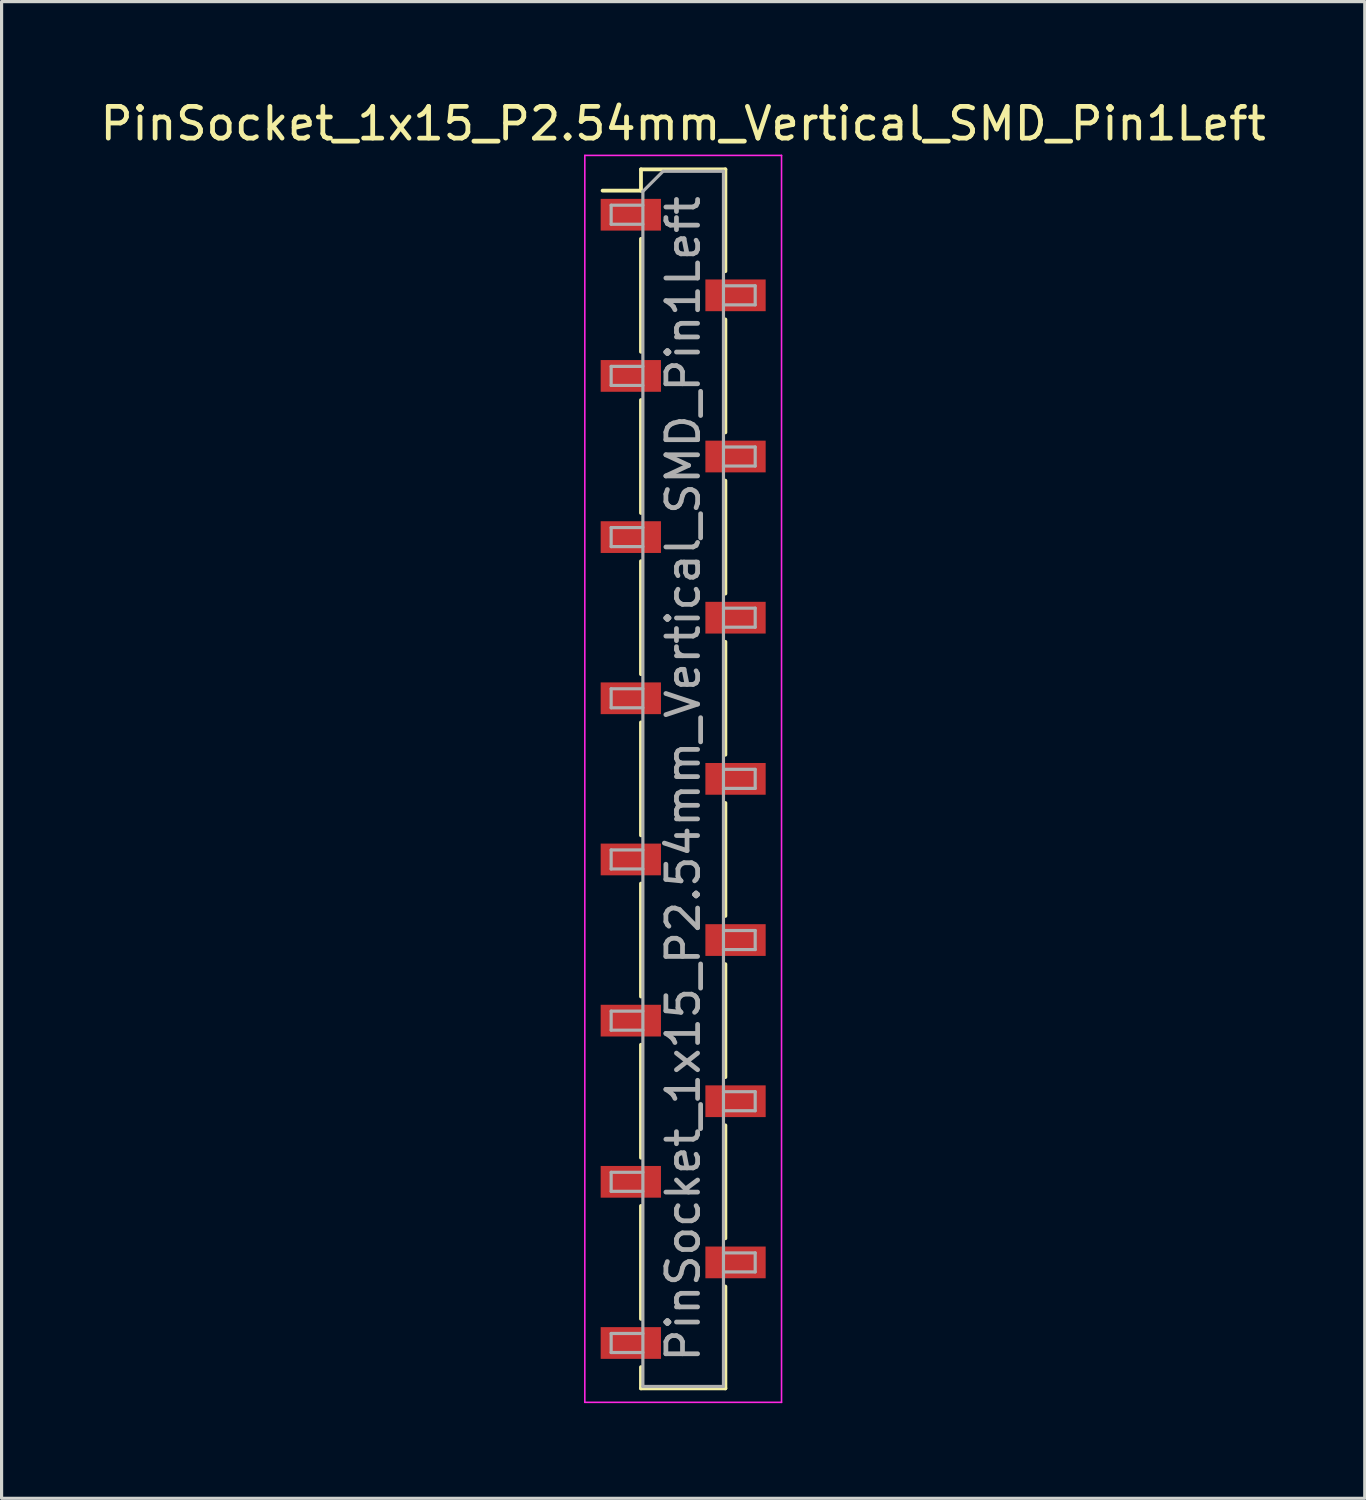
<source format=kicad_pcb>
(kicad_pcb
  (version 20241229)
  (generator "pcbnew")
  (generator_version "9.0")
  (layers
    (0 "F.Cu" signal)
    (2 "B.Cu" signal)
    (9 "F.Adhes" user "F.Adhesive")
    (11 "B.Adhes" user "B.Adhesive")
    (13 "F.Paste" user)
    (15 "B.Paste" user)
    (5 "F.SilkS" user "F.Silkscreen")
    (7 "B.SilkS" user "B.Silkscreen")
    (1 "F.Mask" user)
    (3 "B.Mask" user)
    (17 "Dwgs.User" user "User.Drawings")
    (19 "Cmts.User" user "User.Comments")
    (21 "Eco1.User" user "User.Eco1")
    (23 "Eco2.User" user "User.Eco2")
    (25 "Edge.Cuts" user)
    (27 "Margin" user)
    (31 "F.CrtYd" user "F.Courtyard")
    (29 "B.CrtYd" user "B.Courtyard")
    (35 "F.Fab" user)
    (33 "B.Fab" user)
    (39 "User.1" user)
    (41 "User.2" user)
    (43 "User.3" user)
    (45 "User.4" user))
  (footprint "PinSocket_1x15_P2.54mm_Vertical_SMD_Pin1Left"
    (layer "F.Cu")
    (at 18.482 21.498)
    (property "Reference" "PinSocket_1x15_P2.54mm_Vertical_SMD_Pin1Left" (at 0 -20.65 0) (layer "F.SilkS") (effects (font (size 1 1) (thickness 0.15))))
    (attr smd)
    (fp_line (start -2.54 -18.54) (end -1.33 -18.54) (stroke (width 0.12) (type solid)) (layer "F.SilkS"))
    (fp_line (start -1.33 -19.21) (end -1.33 -18.54) (stroke (width 0.12) (type solid)) (layer "F.SilkS"))
    (fp_line (start -1.33 -19.21) (end 1.33 -19.21) (stroke (width 0.12) (type solid)) (layer "F.SilkS"))
    (fp_line (start -1.33 -17.02) (end -1.33 -13.46) (stroke (width 0.12) (type solid)) (layer "F.SilkS"))
    (fp_line (start -1.33 -11.94) (end -1.33 -8.38) (stroke (width 0.12) (type solid)) (layer "F.SilkS"))
    (fp_line (start -1.33 -6.86) (end -1.33 -3.3) (stroke (width 0.12) (type solid)) (layer "F.SilkS"))
    (fp_line (start -1.33 -1.78) (end -1.33 1.78) (stroke (width 0.12) (type solid)) (layer "F.SilkS"))
    (fp_line (start -1.33 3.3) (end -1.33 6.86) (stroke (width 0.12) (type solid)) (layer "F.SilkS"))
    (fp_line (start -1.33 8.38) (end -1.33 11.94) (stroke (width 0.12) (type solid)) (layer "F.SilkS"))
    (fp_line (start -1.33 13.46) (end -1.33 17.02) (stroke (width 0.12) (type solid)) (layer "F.SilkS"))
    (fp_line (start -1.33 18.54) (end -1.33 19.21) (stroke (width 0.12) (type solid)) (layer "F.SilkS"))
    (fp_line (start -1.33 19.21) (end 1.33 19.21) (stroke (width 0.12) (type solid)) (layer "F.SilkS"))
    (fp_line (start 1.33 -19.21) (end 1.33 -16) (stroke (width 0.12) (type solid)) (layer "F.SilkS"))
    (fp_line (start 1.33 -14.48) (end 1.33 -10.92) (stroke (width 0.12) (type solid)) (layer "F.SilkS"))
    (fp_line (start 1.33 -9.4) (end 1.33 -5.84) (stroke (width 0.12) (type solid)) (layer "F.SilkS"))
    (fp_line (start 1.33 -4.32) (end 1.33 -0.76) (stroke (width 0.12) (type solid)) (layer "F.SilkS"))
    (fp_line (start 1.33 0.76) (end 1.33 4.32) (stroke (width 0.12) (type solid)) (layer "F.SilkS"))
    (fp_line (start 1.33 5.84) (end 1.33 9.4) (stroke (width 0.12) (type solid)) (layer "F.SilkS"))
    (fp_line (start 1.33 10.92) (end 1.33 14.48) (stroke (width 0.12) (type solid)) (layer "F.SilkS"))
    (fp_line (start 1.33 16) (end 1.33 19.21) (stroke (width 0.12) (type solid)) (layer "F.SilkS"))
    (fp_line (start -3.1 -19.65) (end 3.1 -19.65) (stroke (width 0.05) (type solid)) (layer "F.CrtYd"))
    (fp_line (start -3.1 19.65) (end -3.1 -19.65) (stroke (width 0.05) (type solid)) (layer "F.CrtYd"))
    (fp_line (start 3.1 -19.65) (end 3.1 19.65) (stroke (width 0.05) (type solid)) (layer "F.CrtYd"))
    (fp_line (start 3.1 19.65) (end -3.1 19.65) (stroke (width 0.05) (type solid)) (layer "F.CrtYd"))
    (fp_line (start -2.27 -18.08) (end -1.27 -18.08) (stroke (width 0.1) (type solid)) (layer "F.Fab"))
    (fp_line (start -2.27 -17.48) (end -2.27 -18.08) (stroke (width 0.1) (type solid)) (layer "F.Fab"))
    (fp_line (start -2.27 -13) (end -1.27 -13) (stroke (width 0.1) (type solid)) (layer "F.Fab"))
    (fp_line (start -2.27 -12.4) (end -2.27 -13) (stroke (width 0.1) (type solid)) (layer "F.Fab"))
    (fp_line (start -2.27 -7.92) (end -1.27 -7.92) (stroke (width 0.1) (type solid)) (layer "F.Fab"))
    (fp_line (start -2.27 -7.32) (end -2.27 -7.92) (stroke (width 0.1) (type solid)) (layer "F.Fab"))
    (fp_line (start -2.27 -2.84) (end -1.27 -2.84) (stroke (width 0.1) (type solid)) (layer "F.Fab"))
    (fp_line (start -2.27 -2.24) (end -2.27 -2.84) (stroke (width 0.1) (type solid)) (layer "F.Fab"))
    (fp_line (start -2.27 2.24) (end -1.27 2.24) (stroke (width 0.1) (type solid)) (layer "F.Fab"))
    (fp_line (start -2.27 2.84) (end -2.27 2.24) (stroke (width 0.1) (type solid)) (layer "F.Fab"))
    (fp_line (start -2.27 7.32) (end -1.27 7.32) (stroke (width 0.1) (type solid)) (layer "F.Fab"))
    (fp_line (start -2.27 7.92) (end -2.27 7.32) (stroke (width 0.1) (type solid)) (layer "F.Fab"))
    (fp_line (start -2.27 12.4) (end -1.27 12.4) (stroke (width 0.1) (type solid)) (layer "F.Fab"))
    (fp_line (start -2.27 13) (end -2.27 12.4) (stroke (width 0.1) (type solid)) (layer "F.Fab"))
    (fp_line (start -2.27 17.48) (end -1.27 17.48) (stroke (width 0.1) (type solid)) (layer "F.Fab"))
    (fp_line (start -2.27 18.08) (end -2.27 17.48) (stroke (width 0.1) (type solid)) (layer "F.Fab"))
    (fp_line (start -1.27 -18.515) (end -0.635 -19.15) (stroke (width 0.1) (type solid)) (layer "F.Fab"))
    (fp_line (start -1.27 -17.48) (end -2.27 -17.48) (stroke (width 0.1) (type solid)) (layer "F.Fab"))
    (fp_line (start -1.27 -12.4) (end -2.27 -12.4) (stroke (width 0.1) (type solid)) (layer "F.Fab"))
    (fp_line (start -1.27 -7.32) (end -2.27 -7.32) (stroke (width 0.1) (type solid)) (layer "F.Fab"))
    (fp_line (start -1.27 -2.24) (end -2.27 -2.24) (stroke (width 0.1) (type solid)) (layer "F.Fab"))
    (fp_line (start -1.27 2.84) (end -2.27 2.84) (stroke (width 0.1) (type solid)) (layer "F.Fab"))
    (fp_line (start -1.27 7.92) (end -2.27 7.92) (stroke (width 0.1) (type solid)) (layer "F.Fab"))
    (fp_line (start -1.27 13) (end -2.27 13) (stroke (width 0.1) (type solid)) (layer "F.Fab"))
    (fp_line (start -1.27 18.08) (end -2.27 18.08) (stroke (width 0.1) (type solid)) (layer "F.Fab"))
    (fp_line (start -1.27 19.15) (end -1.27 -18.515) (stroke (width 0.1) (type solid)) (layer "F.Fab"))
    (fp_line (start -0.635 -19.15) (end 1.27 -19.15) (stroke (width 0.1) (type solid)) (layer "F.Fab"))
    (fp_line (start 1.27 -19.15) (end 1.27 19.15) (stroke (width 0.1) (type solid)) (layer "F.Fab"))
    (fp_line (start 1.27 -15.54) (end 2.27 -15.54) (stroke (width 0.1) (type solid)) (layer "F.Fab"))
    (fp_line (start 1.27 -10.46) (end 2.27 -10.46) (stroke (width 0.1) (type solid)) (layer "F.Fab"))
    (fp_line (start 1.27 -5.38) (end 2.27 -5.38) (stroke (width 0.1) (type solid)) (layer "F.Fab"))
    (fp_line (start 1.27 -0.3) (end 2.27 -0.3) (stroke (width 0.1) (type solid)) (layer "F.Fab"))
    (fp_line (start 1.27 4.78) (end 2.27 4.78) (stroke (width 0.1) (type solid)) (layer "F.Fab"))
    (fp_line (start 1.27 9.86) (end 2.27 9.86) (stroke (width 0.1) (type solid)) (layer "F.Fab"))
    (fp_line (start 1.27 14.94) (end 2.27 14.94) (stroke (width 0.1) (type solid)) (layer "F.Fab"))
    (fp_line (start 1.27 19.15) (end -1.27 19.15) (stroke (width 0.1) (type solid)) (layer "F.Fab"))
    (fp_line (start 2.27 -15.54) (end 2.27 -14.94) (stroke (width 0.1) (type solid)) (layer "F.Fab"))
    (fp_line (start 2.27 -14.94) (end 1.27 -14.94) (stroke (width 0.1) (type solid)) (layer "F.Fab"))
    (fp_line (start 2.27 -10.46) (end 2.27 -9.86) (stroke (width 0.1) (type solid)) (layer "F.Fab"))
    (fp_line (start 2.27 -9.86) (end 1.27 -9.86) (stroke (width 0.1) (type solid)) (layer "F.Fab"))
    (fp_line (start 2.27 -5.38) (end 2.27 -4.78) (stroke (width 0.1) (type solid)) (layer "F.Fab"))
    (fp_line (start 2.27 -4.78) (end 1.27 -4.78) (stroke (width 0.1) (type solid)) (layer "F.Fab"))
    (fp_line (start 2.27 -0.3) (end 2.27 0.3) (stroke (width 0.1) (type solid)) (layer "F.Fab"))
    (fp_line (start 2.27 0.3) (end 1.27 0.3) (stroke (width 0.1) (type solid)) (layer "F.Fab"))
    (fp_line (start 2.27 4.78) (end 2.27 5.38) (stroke (width 0.1) (type solid)) (layer "F.Fab"))
    (fp_line (start 2.27 5.38) (end 1.27 5.38) (stroke (width 0.1) (type solid)) (layer "F.Fab"))
    (fp_line (start 2.27 9.86) (end 2.27 10.46) (stroke (width 0.1) (type solid)) (layer "F.Fab"))
    (fp_line (start 2.27 10.46) (end 1.27 10.46) (stroke (width 0.1) (type solid)) (layer "F.Fab"))
    (fp_line (start 2.27 14.94) (end 2.27 15.54) (stroke (width 0.1) (type solid)) (layer "F.Fab"))
    (fp_line (start 2.27 15.54) (end 1.27 15.54) (stroke (width 0.1) (type solid)) (layer "F.Fab"))
    (fp_text user "${REFERENCE}" (at 0 0 90) (layer "F.Fab") (effects (font (size 1 1) (thickness 0.15))))
    (pad "1" smd rect (at -1.65 -17.78) (size 1.9 1) (layers "F.Cu" "F.Mask" "F.Paste"))
    (pad "2" smd rect (at 1.65 -15.24) (size 1.9 1) (layers "F.Cu" "F.Mask" "F.Paste"))
    (pad "3" smd rect (at -1.65 -12.7) (size 1.9 1) (layers "F.Cu" "F.Mask" "F.Paste"))
    (pad "4" smd rect (at 1.65 -10.16) (size 1.9 1) (layers "F.Cu" "F.Mask" "F.Paste"))
    (pad "5" smd rect (at -1.65 -7.62) (size 1.9 1) (layers "F.Cu" "F.Mask" "F.Paste"))
    (pad "6" smd rect (at 1.65 -5.08) (size 1.9 1) (layers "F.Cu" "F.Mask" "F.Paste"))
    (pad "7" smd rect (at -1.65 -2.54) (size 1.9 1) (layers "F.Cu" "F.Mask" "F.Paste"))
    (pad "8" smd rect (at 1.65 0) (size 1.9 1) (layers "F.Cu" "F.Mask" "F.Paste"))
    (pad "9" smd rect (at -1.65 2.54) (size 1.9 1) (layers "F.Cu" "F.Mask" "F.Paste"))
    (pad "10" smd rect (at 1.65 5.08) (size 1.9 1) (layers "F.Cu" "F.Mask" "F.Paste"))
    (pad "11" smd rect (at -1.65 7.62) (size 1.9 1) (layers "F.Cu" "F.Mask" "F.Paste"))
    (pad "12" smd rect (at 1.65 10.16) (size 1.9 1) (layers "F.Cu" "F.Mask" "F.Paste"))
    (pad "13" smd rect (at -1.65 12.7) (size 1.9 1) (layers "F.Cu" "F.Mask" "F.Paste"))
    (pad "14" smd rect (at 1.65 15.24) (size 1.9 1) (layers "F.Cu" "F.Mask" "F.Paste"))
    (pad "15" smd rect (at -1.65 17.78) (size 1.9 1) (layers "F.Cu" "F.Mask" "F.Paste")))
  (gr_rect
    (start -3 -3)
    (end 39.964 44.173)
    (stroke (width 0.1) (type default))
    (fill no)
    (layer "Edge.Cuts")))
</source>
